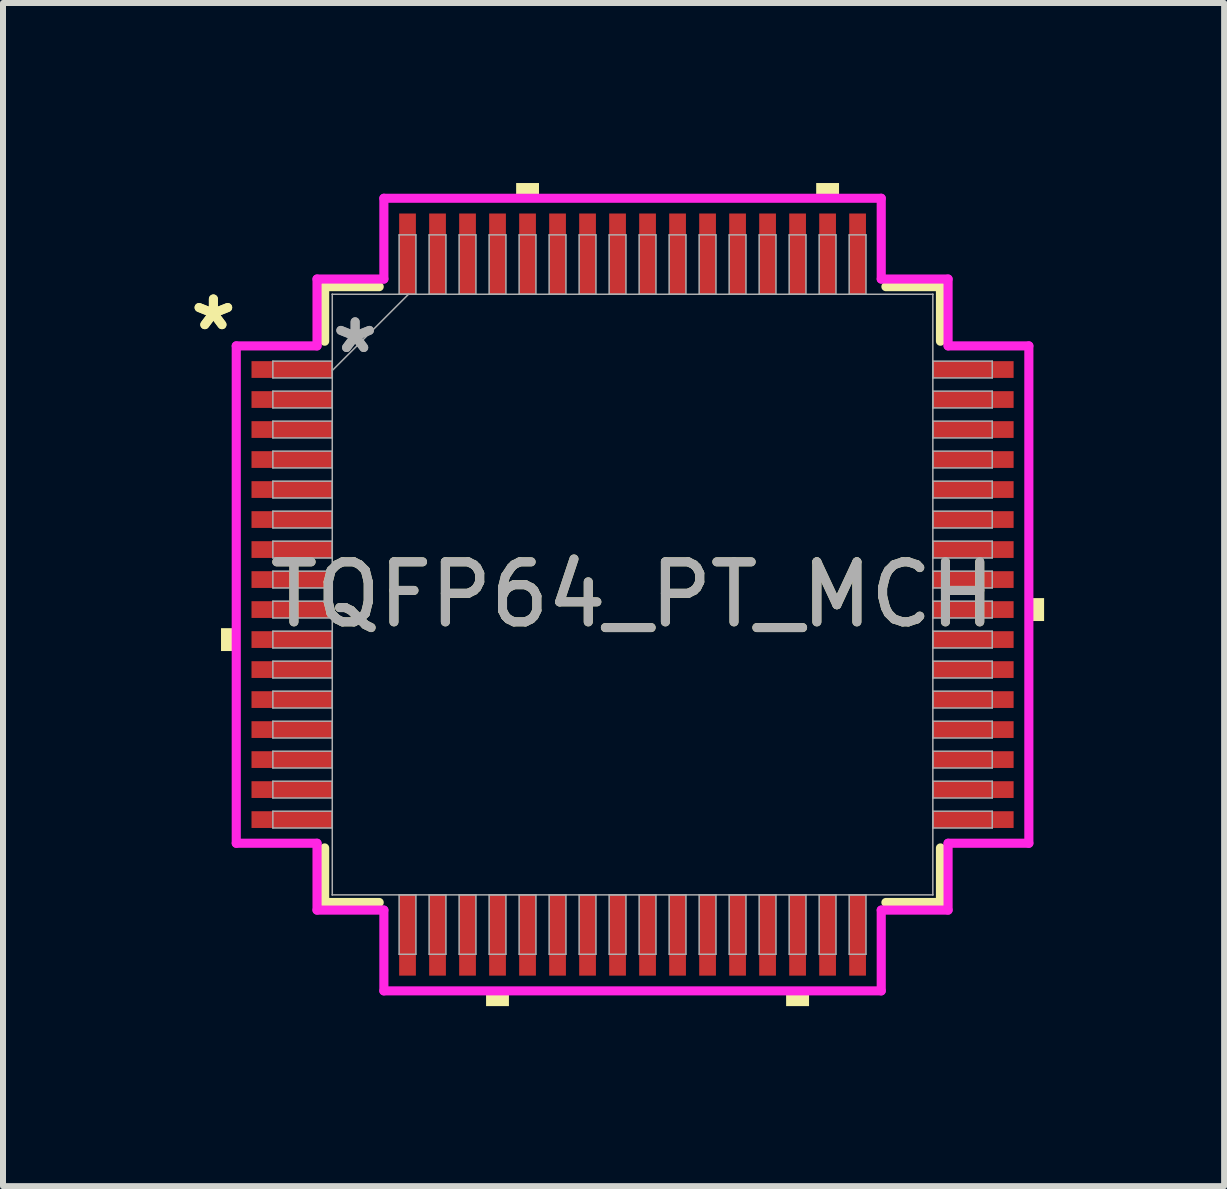
<source format=kicad_pcb>
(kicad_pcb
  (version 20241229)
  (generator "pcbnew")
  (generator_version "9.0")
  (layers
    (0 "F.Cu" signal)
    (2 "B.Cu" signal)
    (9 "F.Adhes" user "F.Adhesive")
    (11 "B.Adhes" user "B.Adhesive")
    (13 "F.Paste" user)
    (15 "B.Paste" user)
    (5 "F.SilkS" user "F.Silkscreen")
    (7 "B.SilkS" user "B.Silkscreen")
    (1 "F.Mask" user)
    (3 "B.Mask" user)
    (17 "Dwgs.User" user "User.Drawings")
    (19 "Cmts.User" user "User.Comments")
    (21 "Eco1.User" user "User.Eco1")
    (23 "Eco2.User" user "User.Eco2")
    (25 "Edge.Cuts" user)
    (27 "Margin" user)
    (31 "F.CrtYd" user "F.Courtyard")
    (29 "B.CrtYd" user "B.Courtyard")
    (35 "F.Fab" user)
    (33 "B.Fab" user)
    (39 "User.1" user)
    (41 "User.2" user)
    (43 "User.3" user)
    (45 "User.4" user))
  (footprint "TQFP64_PT_MCH"
    (layer "F.Cu")
    (at 7.491 6.858)
    (property "Reference" "TQFP64_PT_MCH" (at 0 0 0) (unlocked yes) (layer "F.SilkS") (effects (font (size 1 1) (thickness 0.15))))
    (attr smd)
    (fp_line (start -5.131 -5.131) (end -5.131 -4.222) (stroke (width 0.152) (type solid)) (layer "F.SilkS"))
    (fp_line (start -5.131 4.222) (end -5.131 5.131) (stroke (width 0.152) (type solid)) (layer "F.SilkS"))
    (fp_line (start -5.131 5.131) (end -4.222 5.131) (stroke (width 0.152) (type solid)) (layer "F.SilkS"))
    (fp_line (start -4.222 -5.131) (end -5.131 -5.131) (stroke (width 0.152) (type solid)) (layer "F.SilkS"))
    (fp_line (start 4.222 5.131) (end 5.131 5.131) (stroke (width 0.152) (type solid)) (layer "F.SilkS"))
    (fp_line (start 5.131 -5.131) (end 4.222 -5.131) (stroke (width 0.152) (type solid)) (layer "F.SilkS"))
    (fp_line (start 5.131 -4.222) (end 5.131 -5.131) (stroke (width 0.152) (type solid)) (layer "F.SilkS"))
    (fp_line (start 5.131 5.131) (end 5.131 4.222) (stroke (width 0.152) (type solid)) (layer "F.SilkS"))
    (fp_poly (pts (xy -6.858 0.56) (xy -6.858 0.941) (xy -6.604 0.941) (xy -6.604 0.56)) (stroke (width 0) (type solid)) (fill yes) (layer "F.SilkS"))
    (fp_poly (pts (xy -2.441 6.604) (xy -2.441 6.858) (xy -2.06 6.858) (xy -2.06 6.604)) (stroke (width 0) (type solid)) (fill yes) (layer "F.SilkS"))
    (fp_poly (pts (xy -1.94 -6.604) (xy -1.94 -6.858) (xy -1.559 -6.858) (xy -1.559 -6.604)) (stroke (width 0) (type solid)) (fill yes) (layer "F.SilkS"))
    (fp_poly (pts (xy 2.559 6.604) (xy 2.559 6.858) (xy 2.941 6.858) (xy 2.941 6.604)) (stroke (width 0) (type solid)) (fill yes) (layer "F.SilkS"))
    (fp_poly (pts (xy 3.06 -6.604) (xy 3.06 -6.858) (xy 3.441 -6.858) (xy 3.441 -6.604)) (stroke (width 0) (type solid)) (fill yes) (layer "F.SilkS"))
    (fp_poly (pts (xy 6.858 0.059) (xy 6.858 0.441) (xy 6.604 0.441) (xy 6.604 0.059)) (stroke (width 0) (type solid)) (fill yes) (layer "F.SilkS"))
    (fp_line (start -6.604 -4.144) (end -5.258 -4.144) (stroke (width 0.152) (type solid)) (layer "F.CrtYd"))
    (fp_line (start -6.604 4.144) (end -6.604 -4.144) (stroke (width 0.152) (type solid)) (layer "F.CrtYd"))
    (fp_line (start -5.258 -5.258) (end -4.144 -5.258) (stroke (width 0.152) (type solid)) (layer "F.CrtYd"))
    (fp_line (start -5.258 -4.144) (end -5.258 -5.258) (stroke (width 0.152) (type solid)) (layer "F.CrtYd"))
    (fp_line (start -5.258 4.144) (end -6.604 4.144) (stroke (width 0.152) (type solid)) (layer "F.CrtYd"))
    (fp_line (start -5.258 5.258) (end -5.258 4.144) (stroke (width 0.152) (type solid)) (layer "F.CrtYd"))
    (fp_line (start -5.258 5.258) (end -4.144 5.258) (stroke (width 0.152) (type solid)) (layer "F.CrtYd"))
    (fp_line (start -4.144 -6.604) (end 4.144 -6.604) (stroke (width 0.152) (type solid)) (layer "F.CrtYd"))
    (fp_line (start -4.144 -5.258) (end -4.144 -6.604) (stroke (width 0.152) (type solid)) (layer "F.CrtYd"))
    (fp_line (start -4.144 5.258) (end -4.144 6.604) (stroke (width 0.152) (type solid)) (layer "F.CrtYd"))
    (fp_line (start -4.144 6.604) (end 4.144 6.604) (stroke (width 0.152) (type solid)) (layer "F.CrtYd"))
    (fp_line (start 4.144 -6.604) (end 4.144 -5.258) (stroke (width 0.152) (type solid)) (layer "F.CrtYd"))
    (fp_line (start 4.144 -5.258) (end 5.258 -5.258) (stroke (width 0.152) (type solid)) (layer "F.CrtYd"))
    (fp_line (start 4.144 5.258) (end 5.258 5.258) (stroke (width 0.152) (type solid)) (layer "F.CrtYd"))
    (fp_line (start 4.144 6.604) (end 4.144 5.258) (stroke (width 0.152) (type solid)) (layer "F.CrtYd"))
    (fp_line (start 5.258 -4.144) (end 5.258 -5.258) (stroke (width 0.152) (type solid)) (layer "F.CrtYd"))
    (fp_line (start 5.258 4.144) (end 6.604 4.144) (stroke (width 0.152) (type solid)) (layer "F.CrtYd"))
    (fp_line (start 5.258 5.258) (end 5.258 4.144) (stroke (width 0.152) (type solid)) (layer "F.CrtYd"))
    (fp_line (start 6.604 -4.144) (end 5.258 -4.144) (stroke (width 0.152) (type solid)) (layer "F.CrtYd"))
    (fp_line (start 6.604 4.144) (end 6.604 -4.144) (stroke (width 0.152) (type solid)) (layer "F.CrtYd"))
    (fp_line (start -5.994 -3.89) (end -5.994 -3.61) (stroke (width 0.025) (type solid)) (layer "F.Fab"))
    (fp_line (start -5.994 -3.61) (end -5.004 -3.61) (stroke (width 0.025) (type solid)) (layer "F.Fab"))
    (fp_line (start -5.994 -3.39) (end -5.994 -3.11) (stroke (width 0.025) (type solid)) (layer "F.Fab"))
    (fp_line (start -5.994 -3.11) (end -5.004 -3.11) (stroke (width 0.025) (type solid)) (layer "F.Fab"))
    (fp_line (start -5.994 -2.89) (end -5.994 -2.61) (stroke (width 0.025) (type solid)) (layer "F.Fab"))
    (fp_line (start -5.994 -2.61) (end -5.004 -2.61) (stroke (width 0.025) (type solid)) (layer "F.Fab"))
    (fp_line (start -5.994 -2.39) (end -5.994 -2.11) (stroke (width 0.025) (type solid)) (layer "F.Fab"))
    (fp_line (start -5.994 -2.11) (end -5.004 -2.11) (stroke (width 0.025) (type solid)) (layer "F.Fab"))
    (fp_line (start -5.994 -1.89) (end -5.994 -1.61) (stroke (width 0.025) (type solid)) (layer "F.Fab"))
    (fp_line (start -5.994 -1.61) (end -5.004 -1.61) (stroke (width 0.025) (type solid)) (layer "F.Fab"))
    (fp_line (start -5.994 -1.39) (end -5.994 -1.11) (stroke (width 0.025) (type solid)) (layer "F.Fab"))
    (fp_line (start -5.994 -1.11) (end -5.004 -1.11) (stroke (width 0.025) (type solid)) (layer "F.Fab"))
    (fp_line (start -5.994 -0.89) (end -5.994 -0.61) (stroke (width 0.025) (type solid)) (layer "F.Fab"))
    (fp_line (start -5.994 -0.61) (end -5.004 -0.61) (stroke (width 0.025) (type solid)) (layer "F.Fab"))
    (fp_line (start -5.994 -0.39) (end -5.994 -0.11) (stroke (width 0.025) (type solid)) (layer "F.Fab"))
    (fp_line (start -5.994 -0.11) (end -5.004 -0.11) (stroke (width 0.025) (type solid)) (layer "F.Fab"))
    (fp_line (start -5.994 0.11) (end -5.994 0.39) (stroke (width 0.025) (type solid)) (layer "F.Fab"))
    (fp_line (start -5.994 0.39) (end -5.004 0.39) (stroke (width 0.025) (type solid)) (layer "F.Fab"))
    (fp_line (start -5.994 0.61) (end -5.994 0.89) (stroke (width 0.025) (type solid)) (layer "F.Fab"))
    (fp_line (start -5.994 0.89) (end -5.004 0.89) (stroke (width 0.025) (type solid)) (layer "F.Fab"))
    (fp_line (start -5.994 1.11) (end -5.994 1.39) (stroke (width 0.025) (type solid)) (layer "F.Fab"))
    (fp_line (start -5.994 1.39) (end -5.004 1.39) (stroke (width 0.025) (type solid)) (layer "F.Fab"))
    (fp_line (start -5.994 1.61) (end -5.994 1.89) (stroke (width 0.025) (type solid)) (layer "F.Fab"))
    (fp_line (start -5.994 1.89) (end -5.004 1.89) (stroke (width 0.025) (type solid)) (layer "F.Fab"))
    (fp_line (start -5.994 2.11) (end -5.994 2.39) (stroke (width 0.025) (type solid)) (layer "F.Fab"))
    (fp_line (start -5.994 2.39) (end -5.004 2.39) (stroke (width 0.025) (type solid)) (layer "F.Fab"))
    (fp_line (start -5.994 2.61) (end -5.994 2.89) (stroke (width 0.025) (type solid)) (layer "F.Fab"))
    (fp_line (start -5.994 2.89) (end -5.004 2.89) (stroke (width 0.025) (type solid)) (layer "F.Fab"))
    (fp_line (start -5.994 3.11) (end -5.994 3.39) (stroke (width 0.025) (type solid)) (layer "F.Fab"))
    (fp_line (start -5.994 3.39) (end -5.004 3.39) (stroke (width 0.025) (type solid)) (layer "F.Fab"))
    (fp_line (start -5.994 3.61) (end -5.994 3.89) (stroke (width 0.025) (type solid)) (layer "F.Fab"))
    (fp_line (start -5.994 3.89) (end -5.004 3.89) (stroke (width 0.025) (type solid)) (layer "F.Fab"))
    (fp_line (start -5.004 -5.004) (end -5.004 -5.004) (stroke (width 0.025) (type solid)) (layer "F.Fab"))
    (fp_line (start -5.004 -5.004) (end -5.004 5.004) (stroke (width 0.025) (type solid)) (layer "F.Fab"))
    (fp_line (start -5.004 -3.89) (end -5.994 -3.89) (stroke (width 0.025) (type solid)) (layer "F.Fab"))
    (fp_line (start -5.004 -3.734) (end -3.734 -5.004) (stroke (width 0.025) (type solid)) (layer "F.Fab"))
    (fp_line (start -5.004 -3.61) (end -5.004 -3.89) (stroke (width 0.025) (type solid)) (layer "F.Fab"))
    (fp_line (start -5.004 -3.39) (end -5.994 -3.39) (stroke (width 0.025) (type solid)) (layer "F.Fab"))
    (fp_line (start -5.004 -3.11) (end -5.004 -3.39) (stroke (width 0.025) (type solid)) (layer "F.Fab"))
    (fp_line (start -5.004 -2.89) (end -5.994 -2.89) (stroke (width 0.025) (type solid)) (layer "F.Fab"))
    (fp_line (start -5.004 -2.61) (end -5.004 -2.89) (stroke (width 0.025) (type solid)) (layer "F.Fab"))
    (fp_line (start -5.004 -2.39) (end -5.994 -2.39) (stroke (width 0.025) (type solid)) (layer "F.Fab"))
    (fp_line (start -5.004 -2.11) (end -5.004 -2.39) (stroke (width 0.025) (type solid)) (layer "F.Fab"))
    (fp_line (start -5.004 -1.89) (end -5.994 -1.89) (stroke (width 0.025) (type solid)) (layer "F.Fab"))
    (fp_line (start -5.004 -1.61) (end -5.004 -1.89) (stroke (width 0.025) (type solid)) (layer "F.Fab"))
    (fp_line (start -5.004 -1.39) (end -5.994 -1.39) (stroke (width 0.025) (type solid)) (layer "F.Fab"))
    (fp_line (start -5.004 -1.11) (end -5.004 -1.39) (stroke (width 0.025) (type solid)) (layer "F.Fab"))
    (fp_line (start -5.004 -0.89) (end -5.994 -0.89) (stroke (width 0.025) (type solid)) (layer "F.Fab"))
    (fp_line (start -5.004 -0.61) (end -5.004 -0.89) (stroke (width 0.025) (type solid)) (layer "F.Fab"))
    (fp_line (start -5.004 -0.39) (end -5.994 -0.39) (stroke (width 0.025) (type solid)) (layer "F.Fab"))
    (fp_line (start -5.004 -0.11) (end -5.004 -0.39) (stroke (width 0.025) (type solid)) (layer "F.Fab"))
    (fp_line (start -5.004 0.11) (end -5.994 0.11) (stroke (width 0.025) (type solid)) (layer "F.Fab"))
    (fp_line (start -5.004 0.39) (end -5.004 0.11) (stroke (width 0.025) (type solid)) (layer "F.Fab"))
    (fp_line (start -5.004 0.61) (end -5.994 0.61) (stroke (width 0.025) (type solid)) (layer "F.Fab"))
    (fp_line (start -5.004 0.89) (end -5.004 0.61) (stroke (width 0.025) (type solid)) (layer "F.Fab"))
    (fp_line (start -5.004 1.11) (end -5.994 1.11) (stroke (width 0.025) (type solid)) (layer "F.Fab"))
    (fp_line (start -5.004 1.39) (end -5.004 1.11) (stroke (width 0.025) (type solid)) (layer "F.Fab"))
    (fp_line (start -5.004 1.61) (end -5.994 1.61) (stroke (width 0.025) (type solid)) (layer "F.Fab"))
    (fp_line (start -5.004 1.89) (end -5.004 1.61) (stroke (width 0.025) (type solid)) (layer "F.Fab"))
    (fp_line (start -5.004 2.11) (end -5.994 2.11) (stroke (width 0.025) (type solid)) (layer "F.Fab"))
    (fp_line (start -5.004 2.39) (end -5.004 2.11) (stroke (width 0.025) (type solid)) (layer "F.Fab"))
    (fp_line (start -5.004 2.61) (end -5.994 2.61) (stroke (width 0.025) (type solid)) (layer "F.Fab"))
    (fp_line (start -5.004 2.89) (end -5.004 2.61) (stroke (width 0.025) (type solid)) (layer "F.Fab"))
    (fp_line (start -5.004 3.11) (end -5.994 3.11) (stroke (width 0.025) (type solid)) (layer "F.Fab"))
    (fp_line (start -5.004 3.39) (end -5.004 3.11) (stroke (width 0.025) (type solid)) (layer "F.Fab"))
    (fp_line (start -5.004 3.61) (end -5.994 3.61) (stroke (width 0.025) (type solid)) (layer "F.Fab"))
    (fp_line (start -5.004 3.89) (end -5.004 3.61) (stroke (width 0.025) (type solid)) (layer "F.Fab"))
    (fp_line (start -5.004 5.004) (end -5.004 5.004) (stroke (width 0.025) (type solid)) (layer "F.Fab"))
    (fp_line (start -5.004 5.004) (end 5.004 5.004) (stroke (width 0.025) (type solid)) (layer "F.Fab"))
    (fp_line (start -3.89 -5.994) (end -3.89 -5.004) (stroke (width 0.025) (type solid)) (layer "F.Fab"))
    (fp_line (start -3.89 -5.004) (end -3.61 -5.004) (stroke (width 0.025) (type solid)) (layer "F.Fab"))
    (fp_line (start -3.89 5.004) (end -3.89 5.994) (stroke (width 0.025) (type solid)) (layer "F.Fab"))
    (fp_line (start -3.89 5.994) (end -3.61 5.994) (stroke (width 0.025) (type solid)) (layer "F.Fab"))
    (fp_line (start -3.61 -5.994) (end -3.89 -5.994) (stroke (width 0.025) (type solid)) (layer "F.Fab"))
    (fp_line (start -3.61 -5.004) (end -3.61 -5.994) (stroke (width 0.025) (type solid)) (layer "F.Fab"))
    (fp_line (start -3.61 5.004) (end -3.89 5.004) (stroke (width 0.025) (type solid)) (layer "F.Fab"))
    (fp_line (start -3.61 5.994) (end -3.61 5.004) (stroke (width 0.025) (type solid)) (layer "F.Fab"))
    (fp_line (start -3.39 -5.994) (end -3.39 -5.004) (stroke (width 0.025) (type solid)) (layer "F.Fab"))
    (fp_line (start -3.39 -5.004) (end -3.11 -5.004) (stroke (width 0.025) (type solid)) (layer "F.Fab"))
    (fp_line (start -3.39 5.004) (end -3.39 5.994) (stroke (width 0.025) (type solid)) (layer "F.Fab"))
    (fp_line (start -3.39 5.994) (end -3.11 5.994) (stroke (width 0.025) (type solid)) (layer "F.Fab"))
    (fp_line (start -3.11 -5.994) (end -3.39 -5.994) (stroke (width 0.025) (type solid)) (layer "F.Fab"))
    (fp_line (start -3.11 -5.004) (end -3.11 -5.994) (stroke (width 0.025) (type solid)) (layer "F.Fab"))
    (fp_line (start -3.11 5.004) (end -3.39 5.004) (stroke (width 0.025) (type solid)) (layer "F.Fab"))
    (fp_line (start -3.11 5.994) (end -3.11 5.004) (stroke (width 0.025) (type solid)) (layer "F.Fab"))
    (fp_line (start -2.89 -5.994) (end -2.89 -5.004) (stroke (width 0.025) (type solid)) (layer "F.Fab"))
    (fp_line (start -2.89 -5.004) (end -2.61 -5.004) (stroke (width 0.025) (type solid)) (layer "F.Fab"))
    (fp_line (start -2.89 5.004) (end -2.89 5.994) (stroke (width 0.025) (type solid)) (layer "F.Fab"))
    (fp_line (start -2.89 5.994) (end -2.61 5.994) (stroke (width 0.025) (type solid)) (layer "F.Fab"))
    (fp_line (start -2.61 -5.994) (end -2.89 -5.994) (stroke (width 0.025) (type solid)) (layer "F.Fab"))
    (fp_line (start -2.61 -5.004) (end -2.61 -5.994) (stroke (width 0.025) (type solid)) (layer "F.Fab"))
    (fp_line (start -2.61 5.004) (end -2.89 5.004) (stroke (width 0.025) (type solid)) (layer "F.Fab"))
    (fp_line (start -2.61 5.994) (end -2.61 5.004) (stroke (width 0.025) (type solid)) (layer "F.Fab"))
    (fp_line (start -2.39 -5.994) (end -2.39 -5.004) (stroke (width 0.025) (type solid)) (layer "F.Fab"))
    (fp_line (start -2.39 -5.004) (end -2.11 -5.004) (stroke (width 0.025) (type solid)) (layer "F.Fab"))
    (fp_line (start -2.39 5.004) (end -2.39 5.994) (stroke (width 0.025) (type solid)) (layer "F.Fab"))
    (fp_line (start -2.39 5.994) (end -2.11 5.994) (stroke (width 0.025) (type solid)) (layer "F.Fab"))
    (fp_line (start -2.11 -5.994) (end -2.39 -5.994) (stroke (width 0.025) (type solid)) (layer "F.Fab"))
    (fp_line (start -2.11 -5.004) (end -2.11 -5.994) (stroke (width 0.025) (type solid)) (layer "F.Fab"))
    (fp_line (start -2.11 5.004) (end -2.39 5.004) (stroke (width 0.025) (type solid)) (layer "F.Fab"))
    (fp_line (start -2.11 5.994) (end -2.11 5.004) (stroke (width 0.025) (type solid)) (layer "F.Fab"))
    (fp_line (start -1.89 -5.994) (end -1.89 -5.004) (stroke (width 0.025) (type solid)) (layer "F.Fab"))
    (fp_line (start -1.89 -5.004) (end -1.61 -5.004) (stroke (width 0.025) (type solid)) (layer "F.Fab"))
    (fp_line (start -1.89 5.004) (end -1.89 5.994) (stroke (width 0.025) (type solid)) (layer "F.Fab"))
    (fp_line (start -1.89 5.994) (end -1.61 5.994) (stroke (width 0.025) (type solid)) (layer "F.Fab"))
    (fp_line (start -1.61 -5.994) (end -1.89 -5.994) (stroke (width 0.025) (type solid)) (layer "F.Fab"))
    (fp_line (start -1.61 -5.004) (end -1.61 -5.994) (stroke (width 0.025) (type solid)) (layer "F.Fab"))
    (fp_line (start -1.61 5.004) (end -1.89 5.004) (stroke (width 0.025) (type solid)) (layer "F.Fab"))
    (fp_line (start -1.61 5.994) (end -1.61 5.004) (stroke (width 0.025) (type solid)) (layer "F.Fab"))
    (fp_line (start -1.39 -5.994) (end -1.39 -5.004) (stroke (width 0.025) (type solid)) (layer "F.Fab"))
    (fp_line (start -1.39 -5.004) (end -1.11 -5.004) (stroke (width 0.025) (type solid)) (layer "F.Fab"))
    (fp_line (start -1.39 5.004) (end -1.39 5.994) (stroke (width 0.025) (type solid)) (layer "F.Fab"))
    (fp_line (start -1.39 5.994) (end -1.11 5.994) (stroke (width 0.025) (type solid)) (layer "F.Fab"))
    (fp_line (start -1.11 -5.994) (end -1.39 -5.994) (stroke (width 0.025) (type solid)) (layer "F.Fab"))
    (fp_line (start -1.11 -5.004) (end -1.11 -5.994) (stroke (width 0.025) (type solid)) (layer "F.Fab"))
    (fp_line (start -1.11 5.004) (end -1.39 5.004) (stroke (width 0.025) (type solid)) (layer "F.Fab"))
    (fp_line (start -1.11 5.994) (end -1.11 5.004) (stroke (width 0.025) (type solid)) (layer "F.Fab"))
    (fp_line (start -0.89 -5.994) (end -0.89 -5.004) (stroke (width 0.025) (type solid)) (layer "F.Fab"))
    (fp_line (start -0.89 -5.004) (end -0.61 -5.004) (stroke (width 0.025) (type solid)) (layer "F.Fab"))
    (fp_line (start -0.89 5.004) (end -0.89 5.994) (stroke (width 0.025) (type solid)) (layer "F.Fab"))
    (fp_line (start -0.89 5.994) (end -0.61 5.994) (stroke (width 0.025) (type solid)) (layer "F.Fab"))
    (fp_line (start -0.61 -5.994) (end -0.89 -5.994) (stroke (width 0.025) (type solid)) (layer "F.Fab"))
    (fp_line (start -0.61 -5.004) (end -0.61 -5.994) (stroke (width 0.025) (type solid)) (layer "F.Fab"))
    (fp_line (start -0.61 5.004) (end -0.89 5.004) (stroke (width 0.025) (type solid)) (layer "F.Fab"))
    (fp_line (start -0.61 5.994) (end -0.61 5.004) (stroke (width 0.025) (type solid)) (layer "F.Fab"))
    (fp_line (start -0.39 -5.994) (end -0.39 -5.004) (stroke (width 0.025) (type solid)) (layer "F.Fab"))
    (fp_line (start -0.39 -5.004) (end -0.11 -5.004) (stroke (width 0.025) (type solid)) (layer "F.Fab"))
    (fp_line (start -0.39 5.004) (end -0.39 5.994) (stroke (width 0.025) (type solid)) (layer "F.Fab"))
    (fp_line (start -0.39 5.994) (end -0.11 5.994) (stroke (width 0.025) (type solid)) (layer "F.Fab"))
    (fp_line (start -0.11 -5.994) (end -0.39 -5.994) (stroke (width 0.025) (type solid)) (layer "F.Fab"))
    (fp_line (start -0.11 -5.004) (end -0.11 -5.994) (stroke (width 0.025) (type solid)) (layer "F.Fab"))
    (fp_line (start -0.11 5.004) (end -0.39 5.004) (stroke (width 0.025) (type solid)) (layer "F.Fab"))
    (fp_line (start -0.11 5.994) (end -0.11 5.004) (stroke (width 0.025) (type solid)) (layer "F.Fab"))
    (fp_line (start 0.11 -5.994) (end 0.11 -5.004) (stroke (width 0.025) (type solid)) (layer "F.Fab"))
    (fp_line (start 0.11 -5.004) (end 0.39 -5.004) (stroke (width 0.025) (type solid)) (layer "F.Fab"))
    (fp_line (start 0.11 5.004) (end 0.11 5.994) (stroke (width 0.025) (type solid)) (layer "F.Fab"))
    (fp_line (start 0.11 5.994) (end 0.39 5.994) (stroke (width 0.025) (type solid)) (layer "F.Fab"))
    (fp_line (start 0.39 -5.994) (end 0.11 -5.994) (stroke (width 0.025) (type solid)) (layer "F.Fab"))
    (fp_line (start 0.39 -5.004) (end 0.39 -5.994) (stroke (width 0.025) (type solid)) (layer "F.Fab"))
    (fp_line (start 0.39 5.004) (end 0.11 5.004) (stroke (width 0.025) (type solid)) (layer "F.Fab"))
    (fp_line (start 0.39 5.994) (end 0.39 5.004) (stroke (width 0.025) (type solid)) (layer "F.Fab"))
    (fp_line (start 0.61 -5.994) (end 0.61 -5.004) (stroke (width 0.025) (type solid)) (layer "F.Fab"))
    (fp_line (start 0.61 -5.004) (end 0.89 -5.004) (stroke (width 0.025) (type solid)) (layer "F.Fab"))
    (fp_line (start 0.61 5.004) (end 0.61 5.994) (stroke (width 0.025) (type solid)) (layer "F.Fab"))
    (fp_line (start 0.61 5.994) (end 0.89 5.994) (stroke (width 0.025) (type solid)) (layer "F.Fab"))
    (fp_line (start 0.89 -5.994) (end 0.61 -5.994) (stroke (width 0.025) (type solid)) (layer "F.Fab"))
    (fp_line (start 0.89 -5.004) (end 0.89 -5.994) (stroke (width 0.025) (type solid)) (layer "F.Fab"))
    (fp_line (start 0.89 5.004) (end 0.61 5.004) (stroke (width 0.025) (type solid)) (layer "F.Fab"))
    (fp_line (start 0.89 5.994) (end 0.89 5.004) (stroke (width 0.025) (type solid)) (layer "F.Fab"))
    (fp_line (start 1.11 -5.994) (end 1.11 -5.004) (stroke (width 0.025) (type solid)) (layer "F.Fab"))
    (fp_line (start 1.11 -5.004) (end 1.39 -5.004) (stroke (width 0.025) (type solid)) (layer "F.Fab"))
    (fp_line (start 1.11 5.004) (end 1.11 5.994) (stroke (width 0.025) (type solid)) (layer "F.Fab"))
    (fp_line (start 1.11 5.994) (end 1.39 5.994) (stroke (width 0.025) (type solid)) (layer "F.Fab"))
    (fp_line (start 1.39 -5.994) (end 1.11 -5.994) (stroke (width 0.025) (type solid)) (layer "F.Fab"))
    (fp_line (start 1.39 -5.004) (end 1.39 -5.994) (stroke (width 0.025) (type solid)) (layer "F.Fab"))
    (fp_line (start 1.39 5.004) (end 1.11 5.004) (stroke (width 0.025) (type solid)) (layer "F.Fab"))
    (fp_line (start 1.39 5.994) (end 1.39 5.004) (stroke (width 0.025) (type solid)) (layer "F.Fab"))
    (fp_line (start 1.61 -5.994) (end 1.61 -5.004) (stroke (width 0.025) (type solid)) (layer "F.Fab"))
    (fp_line (start 1.61 -5.004) (end 1.89 -5.004) (stroke (width 0.025) (type solid)) (layer "F.Fab"))
    (fp_line (start 1.61 5.004) (end 1.61 5.994) (stroke (width 0.025) (type solid)) (layer "F.Fab"))
    (fp_line (start 1.61 5.994) (end 1.89 5.994) (stroke (width 0.025) (type solid)) (layer "F.Fab"))
    (fp_line (start 1.89 -5.994) (end 1.61 -5.994) (stroke (width 0.025) (type solid)) (layer "F.Fab"))
    (fp_line (start 1.89 -5.004) (end 1.89 -5.994) (stroke (width 0.025) (type solid)) (layer "F.Fab"))
    (fp_line (start 1.89 5.004) (end 1.61 5.004) (stroke (width 0.025) (type solid)) (layer "F.Fab"))
    (fp_line (start 1.89 5.994) (end 1.89 5.004) (stroke (width 0.025) (type solid)) (layer "F.Fab"))
    (fp_line (start 2.11 -5.994) (end 2.11 -5.004) (stroke (width 0.025) (type solid)) (layer "F.Fab"))
    (fp_line (start 2.11 -5.004) (end 2.39 -5.004) (stroke (width 0.025) (type solid)) (layer "F.Fab"))
    (fp_line (start 2.11 5.004) (end 2.11 5.994) (stroke (width 0.025) (type solid)) (layer "F.Fab"))
    (fp_line (start 2.11 5.994) (end 2.39 5.994) (stroke (width 0.025) (type solid)) (layer "F.Fab"))
    (fp_line (start 2.39 -5.994) (end 2.11 -5.994) (stroke (width 0.025) (type solid)) (layer "F.Fab"))
    (fp_line (start 2.39 -5.004) (end 2.39 -5.994) (stroke (width 0.025) (type solid)) (layer "F.Fab"))
    (fp_line (start 2.39 5.004) (end 2.11 5.004) (stroke (width 0.025) (type solid)) (layer "F.Fab"))
    (fp_line (start 2.39 5.994) (end 2.39 5.004) (stroke (width 0.025) (type solid)) (layer "F.Fab"))
    (fp_line (start 2.61 -5.994) (end 2.61 -5.004) (stroke (width 0.025) (type solid)) (layer "F.Fab"))
    (fp_line (start 2.61 -5.004) (end 2.89 -5.004) (stroke (width 0.025) (type solid)) (layer "F.Fab"))
    (fp_line (start 2.61 5.004) (end 2.61 5.994) (stroke (width 0.025) (type solid)) (layer "F.Fab"))
    (fp_line (start 2.61 5.994) (end 2.89 5.994) (stroke (width 0.025) (type solid)) (layer "F.Fab"))
    (fp_line (start 2.89 -5.994) (end 2.61 -5.994) (stroke (width 0.025) (type solid)) (layer "F.Fab"))
    (fp_line (start 2.89 -5.004) (end 2.89 -5.994) (stroke (width 0.025) (type solid)) (layer "F.Fab"))
    (fp_line (start 2.89 5.004) (end 2.61 5.004) (stroke (width 0.025) (type solid)) (layer "F.Fab"))
    (fp_line (start 2.89 5.994) (end 2.89 5.004) (stroke (width 0.025) (type solid)) (layer "F.Fab"))
    (fp_line (start 3.11 -5.994) (end 3.11 -5.004) (stroke (width 0.025) (type solid)) (layer "F.Fab"))
    (fp_line (start 3.11 -5.004) (end 3.39 -5.004) (stroke (width 0.025) (type solid)) (layer "F.Fab"))
    (fp_line (start 3.11 5.004) (end 3.11 5.994) (stroke (width 0.025) (type solid)) (layer "F.Fab"))
    (fp_line (start 3.11 5.994) (end 3.39 5.994) (stroke (width 0.025) (type solid)) (layer "F.Fab"))
    (fp_line (start 3.39 -5.994) (end 3.11 -5.994) (stroke (width 0.025) (type solid)) (layer "F.Fab"))
    (fp_line (start 3.39 -5.004) (end 3.39 -5.994) (stroke (width 0.025) (type solid)) (layer "F.Fab"))
    (fp_line (start 3.39 5.004) (end 3.11 5.004) (stroke (width 0.025) (type solid)) (layer "F.Fab"))
    (fp_line (start 3.39 5.994) (end 3.39 5.004) (stroke (width 0.025) (type solid)) (layer "F.Fab"))
    (fp_line (start 3.61 -5.994) (end 3.61 -5.004) (stroke (width 0.025) (type solid)) (layer "F.Fab"))
    (fp_line (start 3.61 -5.004) (end 3.89 -5.004) (stroke (width 0.025) (type solid)) (layer "F.Fab"))
    (fp_line (start 3.61 5.004) (end 3.61 5.994) (stroke (width 0.025) (type solid)) (layer "F.Fab"))
    (fp_line (start 3.61 5.994) (end 3.89 5.994) (stroke (width 0.025) (type solid)) (layer "F.Fab"))
    (fp_line (start 3.89 -5.994) (end 3.61 -5.994) (stroke (width 0.025) (type solid)) (layer "F.Fab"))
    (fp_line (start 3.89 -5.004) (end 3.89 -5.994) (stroke (width 0.025) (type solid)) (layer "F.Fab"))
    (fp_line (start 3.89 5.004) (end 3.61 5.004) (stroke (width 0.025) (type solid)) (layer "F.Fab"))
    (fp_line (start 3.89 5.994) (end 3.89 5.004) (stroke (width 0.025) (type solid)) (layer "F.Fab"))
    (fp_line (start 5.004 -5.004) (end -5.004 -5.004) (stroke (width 0.025) (type solid)) (layer "F.Fab"))
    (fp_line (start 5.004 -5.004) (end 5.004 -5.004) (stroke (width 0.025) (type solid)) (layer "F.Fab"))
    (fp_line (start 5.004 -3.89) (end 5.004 -3.61) (stroke (width 0.025) (type solid)) (layer "F.Fab"))
    (fp_line (start 5.004 -3.61) (end 5.994 -3.61) (stroke (width 0.025) (type solid)) (layer "F.Fab"))
    (fp_line (start 5.004 -3.39) (end 5.004 -3.11) (stroke (width 0.025) (type solid)) (layer "F.Fab"))
    (fp_line (start 5.004 -3.11) (end 5.994 -3.11) (stroke (width 0.025) (type solid)) (layer "F.Fab"))
    (fp_line (start 5.004 -2.89) (end 5.004 -2.61) (stroke (width 0.025) (type solid)) (layer "F.Fab"))
    (fp_line (start 5.004 -2.61) (end 5.994 -2.61) (stroke (width 0.025) (type solid)) (layer "F.Fab"))
    (fp_line (start 5.004 -2.39) (end 5.004 -2.11) (stroke (width 0.025) (type solid)) (layer "F.Fab"))
    (fp_line (start 5.004 -2.11) (end 5.994 -2.11) (stroke (width 0.025) (type solid)) (layer "F.Fab"))
    (fp_line (start 5.004 -1.89) (end 5.004 -1.61) (stroke (width 0.025) (type solid)) (layer "F.Fab"))
    (fp_line (start 5.004 -1.61) (end 5.994 -1.61) (stroke (width 0.025) (type solid)) (layer "F.Fab"))
    (fp_line (start 5.004 -1.39) (end 5.004 -1.11) (stroke (width 0.025) (type solid)) (layer "F.Fab"))
    (fp_line (start 5.004 -1.11) (end 5.994 -1.11) (stroke (width 0.025) (type solid)) (layer "F.Fab"))
    (fp_line (start 5.004 -0.89) (end 5.004 -0.61) (stroke (width 0.025) (type solid)) (layer "F.Fab"))
    (fp_line (start 5.004 -0.61) (end 5.994 -0.61) (stroke (width 0.025) (type solid)) (layer "F.Fab"))
    (fp_line (start 5.004 -0.39) (end 5.004 -0.11) (stroke (width 0.025) (type solid)) (layer "F.Fab"))
    (fp_line (start 5.004 -0.11) (end 5.994 -0.11) (stroke (width 0.025) (type solid)) (layer "F.Fab"))
    (fp_line (start 5.004 0.11) (end 5.004 0.39) (stroke (width 0.025) (type solid)) (layer "F.Fab"))
    (fp_line (start 5.004 0.39) (end 5.994 0.39) (stroke (width 0.025) (type solid)) (layer "F.Fab"))
    (fp_line (start 5.004 0.61) (end 5.004 0.89) (stroke (width 0.025) (type solid)) (layer "F.Fab"))
    (fp_line (start 5.004 0.89) (end 5.994 0.89) (stroke (width 0.025) (type solid)) (layer "F.Fab"))
    (fp_line (start 5.004 1.11) (end 5.004 1.39) (stroke (width 0.025) (type solid)) (layer "F.Fab"))
    (fp_line (start 5.004 1.39) (end 5.994 1.39) (stroke (width 0.025) (type solid)) (layer "F.Fab"))
    (fp_line (start 5.004 1.61) (end 5.004 1.89) (stroke (width 0.025) (type solid)) (layer "F.Fab"))
    (fp_line (start 5.004 1.89) (end 5.994 1.89) (stroke (width 0.025) (type solid)) (layer "F.Fab"))
    (fp_line (start 5.004 2.11) (end 5.004 2.39) (stroke (width 0.025) (type solid)) (layer "F.Fab"))
    (fp_line (start 5.004 2.39) (end 5.994 2.39) (stroke (width 0.025) (type solid)) (layer "F.Fab"))
    (fp_line (start 5.004 2.61) (end 5.004 2.89) (stroke (width 0.025) (type solid)) (layer "F.Fab"))
    (fp_line (start 5.004 2.89) (end 5.994 2.89) (stroke (width 0.025) (type solid)) (layer "F.Fab"))
    (fp_line (start 5.004 3.11) (end 5.004 3.39) (stroke (width 0.025) (type solid)) (layer "F.Fab"))
    (fp_line (start 5.004 3.39) (end 5.994 3.39) (stroke (width 0.025) (type solid)) (layer "F.Fab"))
    (fp_line (start 5.004 3.61) (end 5.004 3.89) (stroke (width 0.025) (type solid)) (layer "F.Fab"))
    (fp_line (start 5.004 3.89) (end 5.994 3.89) (stroke (width 0.025) (type solid)) (layer "F.Fab"))
    (fp_line (start 5.004 5.004) (end 5.004 -5.004) (stroke (width 0.025) (type solid)) (layer "F.Fab"))
    (fp_line (start 5.004 5.004) (end 5.004 5.004) (stroke (width 0.025) (type solid)) (layer "F.Fab"))
    (fp_line (start 5.994 -3.89) (end 5.004 -3.89) (stroke (width 0.025) (type solid)) (layer "F.Fab"))
    (fp_line (start 5.994 -3.61) (end 5.994 -3.89) (stroke (width 0.025) (type solid)) (layer "F.Fab"))
    (fp_line (start 5.994 -3.39) (end 5.004 -3.39) (stroke (width 0.025) (type solid)) (layer "F.Fab"))
    (fp_line (start 5.994 -3.11) (end 5.994 -3.39) (stroke (width 0.025) (type solid)) (layer "F.Fab"))
    (fp_line (start 5.994 -2.89) (end 5.004 -2.89) (stroke (width 0.025) (type solid)) (layer "F.Fab"))
    (fp_line (start 5.994 -2.61) (end 5.994 -2.89) (stroke (width 0.025) (type solid)) (layer "F.Fab"))
    (fp_line (start 5.994 -2.39) (end 5.004 -2.39) (stroke (width 0.025) (type solid)) (layer "F.Fab"))
    (fp_line (start 5.994 -2.11) (end 5.994 -2.39) (stroke (width 0.025) (type solid)) (layer "F.Fab"))
    (fp_line (start 5.994 -1.89) (end 5.004 -1.89) (stroke (width 0.025) (type solid)) (layer "F.Fab"))
    (fp_line (start 5.994 -1.61) (end 5.994 -1.89) (stroke (width 0.025) (type solid)) (layer "F.Fab"))
    (fp_line (start 5.994 -1.39) (end 5.004 -1.39) (stroke (width 0.025) (type solid)) (layer "F.Fab"))
    (fp_line (start 5.994 -1.11) (end 5.994 -1.39) (stroke (width 0.025) (type solid)) (layer "F.Fab"))
    (fp_line (start 5.994 -0.89) (end 5.004 -0.89) (stroke (width 0.025) (type solid)) (layer "F.Fab"))
    (fp_line (start 5.994 -0.61) (end 5.994 -0.89) (stroke (width 0.025) (type solid)) (layer "F.Fab"))
    (fp_line (start 5.994 -0.39) (end 5.004 -0.39) (stroke (width 0.025) (type solid)) (layer "F.Fab"))
    (fp_line (start 5.994 -0.11) (end 5.994 -0.39) (stroke (width 0.025) (type solid)) (layer "F.Fab"))
    (fp_line (start 5.994 0.11) (end 5.004 0.11) (stroke (width 0.025) (type solid)) (layer "F.Fab"))
    (fp_line (start 5.994 0.39) (end 5.994 0.11) (stroke (width 0.025) (type solid)) (layer "F.Fab"))
    (fp_line (start 5.994 0.61) (end 5.004 0.61) (stroke (width 0.025) (type solid)) (layer "F.Fab"))
    (fp_line (start 5.994 0.89) (end 5.994 0.61) (stroke (width 0.025) (type solid)) (layer "F.Fab"))
    (fp_line (start 5.994 1.11) (end 5.004 1.11) (stroke (width 0.025) (type solid)) (layer "F.Fab"))
    (fp_line (start 5.994 1.39) (end 5.994 1.11) (stroke (width 0.025) (type solid)) (layer "F.Fab"))
    (fp_line (start 5.994 1.61) (end 5.004 1.61) (stroke (width 0.025) (type solid)) (layer "F.Fab"))
    (fp_line (start 5.994 1.89) (end 5.994 1.61) (stroke (width 0.025) (type solid)) (layer "F.Fab"))
    (fp_line (start 5.994 2.11) (end 5.004 2.11) (stroke (width 0.025) (type solid)) (layer "F.Fab"))
    (fp_line (start 5.994 2.39) (end 5.994 2.11) (stroke (width 0.025) (type solid)) (layer "F.Fab"))
    (fp_line (start 5.994 2.61) (end 5.004 2.61) (stroke (width 0.025) (type solid)) (layer "F.Fab"))
    (fp_line (start 5.994 2.89) (end 5.994 2.61) (stroke (width 0.025) (type solid)) (layer "F.Fab"))
    (fp_line (start 5.994 3.11) (end 5.004 3.11) (stroke (width 0.025) (type solid)) (layer "F.Fab"))
    (fp_line (start 5.994 3.39) (end 5.994 3.11) (stroke (width 0.025) (type solid)) (layer "F.Fab"))
    (fp_line (start 5.994 3.61) (end 5.004 3.61) (stroke (width 0.025) (type solid)) (layer "F.Fab"))
    (fp_line (start 5.994 3.89) (end 5.994 3.61) (stroke (width 0.025) (type solid)) (layer "F.Fab"))
    (fp_text user "*" (at -6.985 -4.381 0) (unlocked yes) (layer "F.SilkS") (effects (font (size 1 1) (thickness 0.15))))
    (fp_text user "*" (at -6.985 -4.381 0) (layer "F.SilkS") (effects (font (size 1 1) (thickness 0.15))))
    (fp_text user "*" (at -4.623 -4 0) (unlocked yes) (layer "F.Fab") (effects (font (size 1 1) (thickness 0.15))))
    (fp_text user "*" (at -4.623 -4 0) (layer "F.Fab") (effects (font (size 1 1) (thickness 0.15))))
    (fp_text user "${REFERENCE}" (at 0 0 0) (unlocked yes) (layer "F.Fab") (effects (font (size 1 1) (thickness 0.15))))
    (pad "1" smd rect (at -5.677 -3.75 90) (size 0.279 1.346) (layers "F.Cu" "F.Mask" "F.Paste"))
    (pad "2" smd rect (at -5.677 -3.25 90) (size 0.279 1.346) (layers "F.Cu" "F.Mask" "F.Paste"))
    (pad "3" smd rect (at -5.677 -2.75 90) (size 0.279 1.346) (layers "F.Cu" "F.Mask" "F.Paste"))
    (pad "4" smd rect (at -5.677 -2.25 90) (size 0.279 1.346) (layers "F.Cu" "F.Mask" "F.Paste"))
    (pad "5" smd rect (at -5.677 -1.75 90) (size 0.279 1.346) (layers "F.Cu" "F.Mask" "F.Paste"))
    (pad "6" smd rect (at -5.677 -1.25 90) (size 0.279 1.346) (layers "F.Cu" "F.Mask" "F.Paste"))
    (pad "7" smd rect (at -5.677 -0.75 90) (size 0.279 1.346) (layers "F.Cu" "F.Mask" "F.Paste"))
    (pad "8" smd rect (at -5.677 -0.25 90) (size 0.279 1.346) (layers "F.Cu" "F.Mask" "F.Paste"))
    (pad "9" smd rect (at -5.677 0.25 90) (size 0.279 1.346) (layers "F.Cu" "F.Mask" "F.Paste"))
    (pad "10" smd rect (at -5.677 0.75 90) (size 0.279 1.346) (layers "F.Cu" "F.Mask" "F.Paste"))
    (pad "11" smd rect (at -5.677 1.25 90) (size 0.279 1.346) (layers "F.Cu" "F.Mask" "F.Paste"))
    (pad "12" smd rect (at -5.677 1.75 90) (size 0.279 1.346) (layers "F.Cu" "F.Mask" "F.Paste"))
    (pad "13" smd rect (at -5.677 2.25 90) (size 0.279 1.346) (layers "F.Cu" "F.Mask" "F.Paste"))
    (pad "14" smd rect (at -5.677 2.75 90) (size 0.279 1.346) (layers "F.Cu" "F.Mask" "F.Paste"))
    (pad "15" smd rect (at -5.677 3.25 90) (size 0.279 1.346) (layers "F.Cu" "F.Mask" "F.Paste"))
    (pad "16" smd rect (at -5.677 3.75 90) (size 0.279 1.346) (layers "F.Cu" "F.Mask" "F.Paste"))
    (pad "17" smd rect (at -3.75 5.677) (size 0.279 1.346) (layers "F.Cu" "F.Mask" "F.Paste"))
    (pad "18" smd rect (at -3.25 5.677) (size 0.279 1.346) (layers "F.Cu" "F.Mask" "F.Paste"))
    (pad "19" smd rect (at -2.75 5.677) (size 0.279 1.346) (layers "F.Cu" "F.Mask" "F.Paste"))
    (pad "20" smd rect (at -2.25 5.677) (size 0.279 1.346) (layers "F.Cu" "F.Mask" "F.Paste"))
    (pad "21" smd rect (at -1.75 5.677) (size 0.279 1.346) (layers "F.Cu" "F.Mask" "F.Paste"))
    (pad "22" smd rect (at -1.25 5.677) (size 0.279 1.346) (layers "F.Cu" "F.Mask" "F.Paste"))
    (pad "23" smd rect (at -0.75 5.677) (size 0.279 1.346) (layers "F.Cu" "F.Mask" "F.Paste"))
    (pad "24" smd rect (at -0.25 5.677) (size 0.279 1.346) (layers "F.Cu" "F.Mask" "F.Paste"))
    (pad "25" smd rect (at 0.25 5.677) (size 0.279 1.346) (layers "F.Cu" "F.Mask" "F.Paste"))
    (pad "26" smd rect (at 0.75 5.677) (size 0.279 1.346) (layers "F.Cu" "F.Mask" "F.Paste"))
    (pad "27" smd rect (at 1.25 5.677) (size 0.279 1.346) (layers "F.Cu" "F.Mask" "F.Paste"))
    (pad "28" smd rect (at 1.75 5.677) (size 0.279 1.346) (layers "F.Cu" "F.Mask" "F.Paste"))
    (pad "29" smd rect (at 2.25 5.677) (size 0.279 1.346) (layers "F.Cu" "F.Mask" "F.Paste"))
    (pad "30" smd rect (at 2.75 5.677) (size 0.279 1.346) (layers "F.Cu" "F.Mask" "F.Paste"))
    (pad "31" smd rect (at 3.25 5.677) (size 0.279 1.346) (layers "F.Cu" "F.Mask" "F.Paste"))
    (pad "32" smd rect (at 3.75 5.677) (size 0.279 1.346) (layers "F.Cu" "F.Mask" "F.Paste"))
    (pad "33" smd rect (at 5.677 3.75 90) (size 0.279 1.346) (layers "F.Cu" "F.Mask" "F.Paste"))
    (pad "34" smd rect (at 5.677 3.25 90) (size 0.279 1.346) (layers "F.Cu" "F.Mask" "F.Paste"))
    (pad "35" smd rect (at 5.677 2.75 90) (size 0.279 1.346) (layers "F.Cu" "F.Mask" "F.Paste"))
    (pad "36" smd rect (at 5.677 2.25 90) (size 0.279 1.346) (layers "F.Cu" "F.Mask" "F.Paste"))
    (pad "37" smd rect (at 5.677 1.75 90) (size 0.279 1.346) (layers "F.Cu" "F.Mask" "F.Paste"))
    (pad "38" smd rect (at 5.677 1.25 90) (size 0.279 1.346) (layers "F.Cu" "F.Mask" "F.Paste"))
    (pad "39" smd rect (at 5.677 0.75 90) (size 0.279 1.346) (layers "F.Cu" "F.Mask" "F.Paste"))
    (pad "40" smd rect (at 5.677 0.25 90) (size 0.279 1.346) (layers "F.Cu" "F.Mask" "F.Paste"))
    (pad "41" smd rect (at 5.677 -0.25 90) (size 0.279 1.346) (layers "F.Cu" "F.Mask" "F.Paste"))
    (pad "42" smd rect (at 5.677 -0.75 90) (size 0.279 1.346) (layers "F.Cu" "F.Mask" "F.Paste"))
    (pad "43" smd rect (at 5.677 -1.25 90) (size 0.279 1.346) (layers "F.Cu" "F.Mask" "F.Paste"))
    (pad "44" smd rect (at 5.677 -1.75 90) (size 0.279 1.346) (layers "F.Cu" "F.Mask" "F.Paste"))
    (pad "45" smd rect (at 5.677 -2.25 90) (size 0.279 1.346) (layers "F.Cu" "F.Mask" "F.Paste"))
    (pad "46" smd rect (at 5.677 -2.75 90) (size 0.279 1.346) (layers "F.Cu" "F.Mask" "F.Paste"))
    (pad "47" smd rect (at 5.677 -3.25 90) (size 0.279 1.346) (layers "F.Cu" "F.Mask" "F.Paste"))
    (pad "48" smd rect (at 5.677 -3.75 90) (size 0.279 1.346) (layers "F.Cu" "F.Mask" "F.Paste"))
    (pad "49" smd rect (at 3.75 -5.677) (size 0.279 1.346) (layers "F.Cu" "F.Mask" "F.Paste"))
    (pad "50" smd rect (at 3.25 -5.677) (size 0.279 1.346) (layers "F.Cu" "F.Mask" "F.Paste"))
    (pad "51" smd rect (at 2.75 -5.677) (size 0.279 1.346) (layers "F.Cu" "F.Mask" "F.Paste"))
    (pad "52" smd rect (at 2.25 -5.677) (size 0.279 1.346) (layers "F.Cu" "F.Mask" "F.Paste"))
    (pad "53" smd rect (at 1.75 -5.677) (size 0.279 1.346) (layers "F.Cu" "F.Mask" "F.Paste"))
    (pad "54" smd rect (at 1.25 -5.677) (size 0.279 1.346) (layers "F.Cu" "F.Mask" "F.Paste"))
    (pad "55" smd rect (at 0.75 -5.677) (size 0.279 1.346) (layers "F.Cu" "F.Mask" "F.Paste"))
    (pad "56" smd rect (at 0.25 -5.677) (size 0.279 1.346) (layers "F.Cu" "F.Mask" "F.Paste"))
    (pad "57" smd rect (at -0.25 -5.677) (size 0.279 1.346) (layers "F.Cu" "F.Mask" "F.Paste"))
    (pad "58" smd rect (at -0.75 -5.677) (size 0.279 1.346) (layers "F.Cu" "F.Mask" "F.Paste"))
    (pad "59" smd rect (at -1.25 -5.677) (size 0.279 1.346) (layers "F.Cu" "F.Mask" "F.Paste"))
    (pad "60" smd rect (at -1.75 -5.677) (size 0.279 1.346) (layers "F.Cu" "F.Mask" "F.Paste"))
    (pad "61" smd rect (at -2.25 -5.677) (size 0.279 1.346) (layers "F.Cu" "F.Mask" "F.Paste"))
    (pad "62" smd rect (at -2.75 -5.677) (size 0.279 1.346) (layers "F.Cu" "F.Mask" "F.Paste"))
    (pad "63" smd rect (at -3.25 -5.677) (size 0.279 1.346) (layers "F.Cu" "F.Mask" "F.Paste"))
    (pad "64" smd rect (at -3.75 -5.677) (size 0.279 1.346) (layers "F.Cu" "F.Mask" "F.Paste")))
  (gr_rect
    (start -3 -3)
    (end 17.349 16.716)
    (stroke (width 0.1) (type default))
    (fill no)
    (layer "Edge.Cuts")))
</source>
